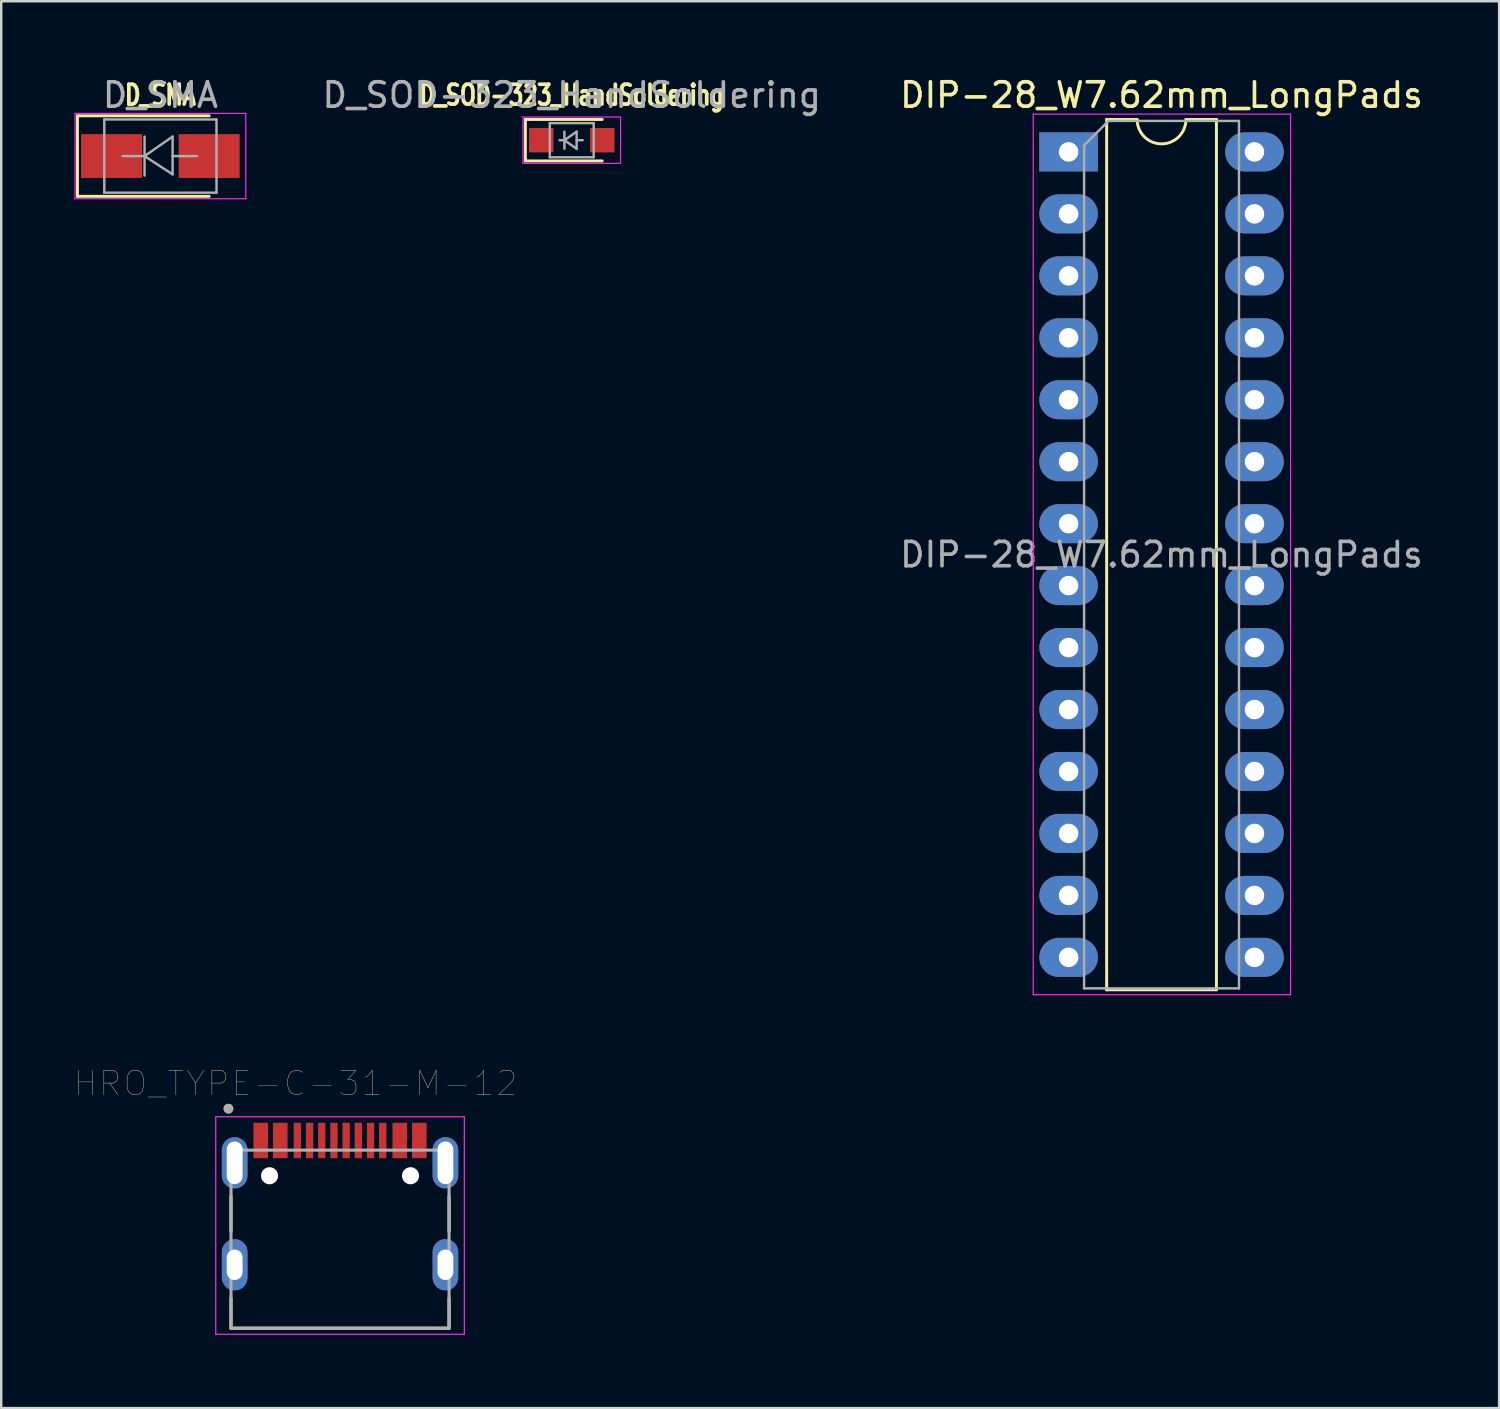
<source format=kicad_pcb>
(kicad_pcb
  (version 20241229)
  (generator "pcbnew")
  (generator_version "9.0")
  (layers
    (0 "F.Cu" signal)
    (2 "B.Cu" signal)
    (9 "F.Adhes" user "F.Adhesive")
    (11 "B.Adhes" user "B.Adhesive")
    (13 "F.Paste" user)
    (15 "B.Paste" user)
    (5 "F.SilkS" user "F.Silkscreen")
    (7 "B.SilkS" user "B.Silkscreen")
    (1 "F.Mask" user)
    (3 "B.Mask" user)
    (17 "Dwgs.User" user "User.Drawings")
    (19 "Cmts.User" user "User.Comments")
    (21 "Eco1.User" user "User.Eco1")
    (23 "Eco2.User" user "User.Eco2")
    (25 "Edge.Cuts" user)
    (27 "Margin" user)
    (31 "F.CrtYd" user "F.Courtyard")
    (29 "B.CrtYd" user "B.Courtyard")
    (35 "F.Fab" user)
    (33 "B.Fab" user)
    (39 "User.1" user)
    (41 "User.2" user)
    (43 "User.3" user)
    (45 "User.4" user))
  (footprint "HRO_TYPE-C-31-M-12"
    (layer "F.Cu")
    (at 10.89 48.8)
    (property "Reference" "HRO_TYPE-C-31-M-12" (at -1.825 -7.435 0) (layer "F.SilkS") (effects (font (size 1 1) (thickness 0.015))))
    (attr through_hole)
    (fp_line (start -4.47 -2.81) (end -4.47 -1.37) (stroke (width 0.127) (type solid)) (layer "F.SilkS"))
    (fp_line (start -4.47 2.6) (end -4.47 1.37) (stroke (width 0.127) (type solid)) (layer "F.SilkS"))
    (fp_line (start 4.47 -2.81) (end 4.47 -1.37) (stroke (width 0.127) (type solid)) (layer "F.SilkS"))
    (fp_line (start 4.47 1.37) (end 4.47 2.6) (stroke (width 0.127) (type solid)) (layer "F.SilkS"))
    (fp_line (start 4.47 2.6) (end -4.47 2.6) (stroke (width 0.127) (type solid)) (layer "F.SilkS"))
    (fp_circle (center -4.575 -6.4) (end -4.475 -6.4) (stroke (width 0.2) (type solid)) (fill no) (layer "F.SilkS"))
    (fp_line (start -5.095 -6.07) (end -5.095 2.85) (stroke (width 0.05) (type solid)) (layer "F.CrtYd"))
    (fp_line (start -5.095 2.85) (end 5.095 2.85) (stroke (width 0.05) (type solid)) (layer "F.CrtYd"))
    (fp_line (start 5.095 -6.07) (end -5.095 -6.07) (stroke (width 0.05) (type solid)) (layer "F.CrtYd"))
    (fp_line (start 5.095 2.85) (end 5.095 -6.07) (stroke (width 0.05) (type solid)) (layer "F.CrtYd"))
    (fp_line (start -4.47 -4.7) (end -4.47 2.6) (stroke (width 0.127) (type solid)) (layer "F.Fab"))
    (fp_line (start -4.47 2.6) (end 4.47 2.6) (stroke (width 0.127) (type solid)) (layer "F.Fab"))
    (fp_line (start 4.47 -4.7) (end -4.47 -4.7) (stroke (width 0.127) (type solid)) (layer "F.Fab"))
    (fp_line (start 4.47 2.6) (end 4.47 -4.7) (stroke (width 0.127) (type solid)) (layer "F.Fab"))
    (fp_circle (center -4.575 -6.4) (end -4.475 -6.4) (stroke (width 0.2) (type solid)) (fill no) (layer "F.Fab"))
    (pad "" np_thru_hole circle (at -2.89 -3.65) (size 0.7 0.7) (drill 0.7) (layers "*.Cu" "*.Mask"))
    (pad "" np_thru_hole circle (at 2.89 -3.65) (size 0.7 0.7) (drill 0.7) (layers "*.Cu" "*.Mask"))
    (pad "A1B12" smd rect (at -3.25 -5.095) (size 0.6 1.45) (layers "F.Cu" "F.Mask" "F.Paste"))
    (pad "A4B9" smd rect (at -2.45 -5.095) (size 0.6 1.45) (layers "F.Cu" "F.Mask" "F.Paste"))
    (pad "A5" smd rect (at -1.25 -5.095) (size 0.3 1.45) (layers "F.Cu" "F.Mask" "F.Paste"))
    (pad "A6" smd rect (at -0.25 -5.095) (size 0.3 1.45) (layers "F.Cu" "F.Mask" "F.Paste"))
    (pad "A7" smd rect (at 0.25 -5.095) (size 0.3 1.45) (layers "F.Cu" "F.Mask" "F.Paste"))
    (pad "A8" smd rect (at 1.25 -5.095) (size 0.3 1.45) (layers "F.Cu" "F.Mask" "F.Paste"))
    (pad "B1A12" smd rect (at 3.25 -5.095) (size 0.6 1.45) (layers "F.Cu" "F.Mask" "F.Paste"))
    (pad "B4A9" smd rect (at 2.45 -5.095) (size 0.6 1.45) (layers "F.Cu" "F.Mask" "F.Paste"))
    (pad "B5" smd rect (at 1.75 -5.095) (size 0.3 1.45) (layers "F.Cu" "F.Mask" "F.Paste"))
    (pad "B6" smd rect (at 0.75 -5.095) (size 0.3 1.45) (layers "F.Cu" "F.Mask" "F.Paste"))
    (pad "B7" smd rect (at -0.75 -5.095) (size 0.3 1.45) (layers "F.Cu" "F.Mask" "F.Paste"))
    (pad "B8" smd rect (at -1.75 -5.095) (size 0.3 1.45) (layers "F.Cu" "F.Mask" "F.Paste"))
    (pad "S1" thru_hole oval (at -4.32 -4.18) (size 1.05 2.1) (drill oval 0.65 1.75) (layers "*.Cu" "*.Mask"))
    (pad "S2" thru_hole oval (at 4.32 -4.18) (size 1.05 2.1) (drill oval 0.65 1.75) (layers "*.Cu" "*.Mask"))
    (pad "S3" thru_hole oval (at -4.32 0) (size 1.05 2.1) (drill oval 0.65 1.25) (layers "*.Cu" "*.Mask"))
    (pad "S4" thru_hole oval (at 4.32 0) (size 1.05 2.1) (drill oval 0.65 1.25) (layers "*.Cu" "*.Mask")))
  (footprint "D_SMA"
    (layer "F.Cu")
    (at 3.525 3.348)
    (property "Reference" "D_SMA" (at 0 -2.5 0) (layer "F.SilkS") (effects (font (size 0.813 0.61) (thickness 0.152))))
    (attr smd)
    (fp_line (start -3.4 -1.65) (end -3.4 1.65) (stroke (width 0.12) (type solid)) (layer "F.SilkS"))
    (fp_line (start -3.4 -1.65) (end 2 -1.65) (stroke (width 0.12) (type solid)) (layer "F.SilkS"))
    (fp_line (start -3.4 1.65) (end 2 1.65) (stroke (width 0.12) (type solid)) (layer "F.SilkS"))
    (fp_line (start -3.5 -1.75) (end 3.5 -1.75) (stroke (width 0.05) (type solid)) (layer "F.CrtYd"))
    (fp_line (start -3.5 1.75) (end -3.5 -1.75) (stroke (width 0.05) (type solid)) (layer "F.CrtYd"))
    (fp_line (start 3.5 -1.75) (end 3.5 1.75) (stroke (width 0.05) (type solid)) (layer "F.CrtYd"))
    (fp_line (start 3.5 1.75) (end -3.5 1.75) (stroke (width 0.05) (type solid)) (layer "F.CrtYd"))
    (fp_line (start -2.3 1.5) (end -2.3 -1.5) (stroke (width 0.1) (type solid)) (layer "F.Fab"))
    (fp_line (start -0.649 -0.799) (end -0.649 0.801) (stroke (width 0.1) (type solid)) (layer "F.Fab"))
    (fp_line (start -0.649 0.001) (end -1.551 0.001) (stroke (width 0.1) (type solid)) (layer "F.Fab"))
    (fp_line (start -0.649 0.001) (end 0.501 -0.799) (stroke (width 0.1) (type solid)) (layer "F.Fab"))
    (fp_line (start -0.649 0.001) (end 0.501 0.75) (stroke (width 0.1) (type solid)) (layer "F.Fab"))
    (fp_line (start 0.501 0.001) (end 1.499 0.001) (stroke (width 0.1) (type solid)) (layer "F.Fab"))
    (fp_line (start 0.501 0.75) (end 0.501 -0.799) (stroke (width 0.1) (type solid)) (layer "F.Fab"))
    (fp_line (start 2.3 -1.5) (end -2.3 -1.5) (stroke (width 0.1) (type solid)) (layer "F.Fab"))
    (fp_line (start 2.3 -1.5) (end 2.3 1.5) (stroke (width 0.1) (type solid)) (layer "F.Fab"))
    (fp_line (start 2.3 1.5) (end -2.3 1.5) (stroke (width 0.1) (type solid)) (layer "F.Fab"))
    (fp_text user "${REFERENCE}" (at 0 -2.5 0) (layer "F.Fab") (effects (font (size 1 1) (thickness 0.15))))
    (pad "1" smd rect (at -2 0) (size 2.5 1.8) (layers "F.Cu" "F.Mask" "F.Paste"))
    (pad "2" smd rect (at 2 0) (size 2.5 1.8) (layers "F.Cu" "F.Mask" "F.Paste")))
  (footprint "DIP-28_W7.62mm_LongPads"
    (layer "F.Cu")
    (at 40.758 3.178)
    (property "Reference" "DIP-28_W7.62mm_LongPads" (at 3.81 -2.33 0) (layer "F.SilkS") (effects (font (size 1 1) (thickness 0.15))))
    (attr through_hole)
    (fp_line (start 1.56 -1.33) (end 1.56 34.35) (stroke (width 0.12) (type solid)) (layer "F.SilkS"))
    (fp_line (start 1.56 34.35) (end 6.06 34.35) (stroke (width 0.12) (type solid)) (layer "F.SilkS"))
    (fp_line (start 2.81 -1.33) (end 1.56 -1.33) (stroke (width 0.12) (type solid)) (layer "F.SilkS"))
    (fp_line (start 6.06 -1.33) (end 4.81 -1.33) (stroke (width 0.12) (type solid)) (layer "F.SilkS"))
    (fp_line (start 6.06 34.35) (end 6.06 -1.33) (stroke (width 0.12) (type solid)) (layer "F.SilkS"))
    (fp_arc (start 4.81 -1.33) (mid 3.81 -0.33) (end 2.81 -1.33) (stroke (width 0.12) (type solid)) (layer "F.SilkS"))
    (fp_line (start -1.45 -1.55) (end -1.45 34.55) (stroke (width 0.05) (type solid)) (layer "F.CrtYd"))
    (fp_line (start -1.45 34.55) (end 9.1 34.55) (stroke (width 0.05) (type solid)) (layer "F.CrtYd"))
    (fp_line (start 9.1 -1.55) (end -1.45 -1.55) (stroke (width 0.05) (type solid)) (layer "F.CrtYd"))
    (fp_line (start 9.1 34.55) (end 9.1 -1.55) (stroke (width 0.05) (type solid)) (layer "F.CrtYd"))
    (fp_line (start 0.635 -0.27) (end 1.635 -1.27) (stroke (width 0.1) (type solid)) (layer "F.Fab"))
    (fp_line (start 0.635 34.29) (end 0.635 -0.27) (stroke (width 0.1) (type solid)) (layer "F.Fab"))
    (fp_line (start 1.635 -1.27) (end 6.985 -1.27) (stroke (width 0.1) (type solid)) (layer "F.Fab"))
    (fp_line (start 6.985 -1.27) (end 6.985 34.29) (stroke (width 0.1) (type solid)) (layer "F.Fab"))
    (fp_line (start 6.985 34.29) (end 0.635 34.29) (stroke (width 0.1) (type solid)) (layer "F.Fab"))
    (fp_text user "${REFERENCE}" (at 3.81 16.51 0) (layer "F.Fab") (effects (font (size 1 1) (thickness 0.15))))
    (pad "1" thru_hole rect (at 0 0) (size 2.4 1.6) (drill 0.8) (layers "*.Cu" "*.Mask"))
    (pad "2" thru_hole oval (at 0 2.54) (size 2.4 1.6) (drill 0.8) (layers "*.Cu" "*.Mask"))
    (pad "3" thru_hole oval (at 0 5.08) (size 2.4 1.6) (drill 0.8) (layers "*.Cu" "*.Mask"))
    (pad "4" thru_hole oval (at 0 7.62) (size 2.4 1.6) (drill 0.8) (layers "*.Cu" "*.Mask"))
    (pad "5" thru_hole oval (at 0 10.16) (size 2.4 1.6) (drill 0.8) (layers "*.Cu" "*.Mask"))
    (pad "6" thru_hole oval (at 0 12.7) (size 2.4 1.6) (drill 0.8) (layers "*.Cu" "*.Mask"))
    (pad "7" thru_hole oval (at 0 15.24) (size 2.4 1.6) (drill 0.8) (layers "*.Cu" "*.Mask"))
    (pad "8" thru_hole oval (at 0 17.78) (size 2.4 1.6) (drill 0.8) (layers "*.Cu" "*.Mask"))
    (pad "9" thru_hole oval (at 0 20.32) (size 2.4 1.6) (drill 0.8) (layers "*.Cu" "*.Mask"))
    (pad "10" thru_hole oval (at 0 22.86) (size 2.4 1.6) (drill 0.8) (layers "*.Cu" "*.Mask"))
    (pad "11" thru_hole oval (at 0 25.4) (size 2.4 1.6) (drill 0.8) (layers "*.Cu" "*.Mask"))
    (pad "12" thru_hole oval (at 0 27.94) (size 2.4 1.6) (drill 0.8) (layers "*.Cu" "*.Mask"))
    (pad "13" thru_hole oval (at 0 30.48) (size 2.4 1.6) (drill 0.8) (layers "*.Cu" "*.Mask"))
    (pad "14" thru_hole oval (at 0 33.02) (size 2.4 1.6) (drill 0.8) (layers "*.Cu" "*.Mask"))
    (pad "15" thru_hole oval (at 7.62 33.02) (size 2.4 1.6) (drill 0.8) (layers "*.Cu" "*.Mask"))
    (pad "16" thru_hole oval (at 7.62 30.48) (size 2.4 1.6) (drill 0.8) (layers "*.Cu" "*.Mask"))
    (pad "17" thru_hole oval (at 7.62 27.94) (size 2.4 1.6) (drill 0.8) (layers "*.Cu" "*.Mask"))
    (pad "18" thru_hole oval (at 7.62 25.4) (size 2.4 1.6) (drill 0.8) (layers "*.Cu" "*.Mask"))
    (pad "19" thru_hole oval (at 7.62 22.86) (size 2.4 1.6) (drill 0.8) (layers "*.Cu" "*.Mask"))
    (pad "20" thru_hole oval (at 7.62 20.32) (size 2.4 1.6) (drill 0.8) (layers "*.Cu" "*.Mask"))
    (pad "21" thru_hole oval (at 7.62 17.78) (size 2.4 1.6) (drill 0.8) (layers "*.Cu" "*.Mask"))
    (pad "22" thru_hole oval (at 7.62 15.24) (size 2.4 1.6) (drill 0.8) (layers "*.Cu" "*.Mask"))
    (pad "23" thru_hole oval (at 7.62 12.7) (size 2.4 1.6) (drill 0.8) (layers "*.Cu" "*.Mask"))
    (pad "24" thru_hole oval (at 7.62 10.16) (size 2.4 1.6) (drill 0.8) (layers "*.Cu" "*.Mask"))
    (pad "25" thru_hole oval (at 7.62 7.62) (size 2.4 1.6) (drill 0.8) (layers "*.Cu" "*.Mask"))
    (pad "26" thru_hole oval (at 7.62 5.08) (size 2.4 1.6) (drill 0.8) (layers "*.Cu" "*.Mask"))
    (pad "27" thru_hole oval (at 7.62 2.54) (size 2.4 1.6) (drill 0.8) (layers "*.Cu" "*.Mask"))
    (pad "28" thru_hole oval (at 7.62 0) (size 2.4 1.6) (drill 0.8) (layers "*.Cu" "*.Mask")))
  (footprint "D_SOD-323_HandSoldering"
    (layer "F.Cu")
    (at 20.389 2.698)
    (property "Reference" "D_SOD-323_HandSoldering" (at 0 -1.85 0) (layer "F.SilkS") (effects (font (size 0.813 0.61) (thickness 0.152))))
    (attr smd)
    (fp_line (start -1.9 -0.85) (end -1.9 0.85) (stroke (width 0.12) (type solid)) (layer "F.SilkS"))
    (fp_line (start -1.9 -0.85) (end 1.25 -0.85) (stroke (width 0.12) (type solid)) (layer "F.SilkS"))
    (fp_line (start -1.9 0.85) (end 1.25 0.85) (stroke (width 0.12) (type solid)) (layer "F.SilkS"))
    (fp_line (start -2 -0.95) (end -2 0.95) (stroke (width 0.05) (type solid)) (layer "F.CrtYd"))
    (fp_line (start -2 -0.95) (end 2 -0.95) (stroke (width 0.05) (type solid)) (layer "F.CrtYd"))
    (fp_line (start -2 0.95) (end 2 0.95) (stroke (width 0.05) (type solid)) (layer "F.CrtYd"))
    (fp_line (start 2 -0.95) (end 2 0.95) (stroke (width 0.05) (type solid)) (layer "F.CrtYd"))
    (fp_line (start -0.9 -0.7) (end 0.9 -0.7) (stroke (width 0.1) (type solid)) (layer "F.Fab"))
    (fp_line (start -0.9 0.7) (end -0.9 -0.7) (stroke (width 0.1) (type solid)) (layer "F.Fab"))
    (fp_line (start -0.3 -0.35) (end -0.3 0.35) (stroke (width 0.1) (type solid)) (layer "F.Fab"))
    (fp_line (start -0.3 0) (end -0.5 0) (stroke (width 0.1) (type solid)) (layer "F.Fab"))
    (fp_line (start -0.3 0) (end 0.2 -0.35) (stroke (width 0.1) (type solid)) (layer "F.Fab"))
    (fp_line (start 0.2 -0.35) (end 0.2 0.35) (stroke (width 0.1) (type solid)) (layer "F.Fab"))
    (fp_line (start 0.2 0) (end 0.45 0) (stroke (width 0.1) (type solid)) (layer "F.Fab"))
    (fp_line (start 0.2 0.35) (end -0.3 0) (stroke (width 0.1) (type solid)) (layer "F.Fab"))
    (fp_line (start 0.9 -0.7) (end 0.9 0.7) (stroke (width 0.1) (type solid)) (layer "F.Fab"))
    (fp_line (start 0.9 0.7) (end -0.9 0.7) (stroke (width 0.1) (type solid)) (layer "F.Fab"))
    (fp_text user "${REFERENCE}" (at 0 -1.85 0) (layer "F.Fab") (effects (font (size 1 1) (thickness 0.15))))
    (pad "1" smd rect (at -1.25 0) (size 1 1) (layers "F.Cu" "F.Mask" "F.Paste"))
    (pad "2" smd rect (at 1.25 0) (size 1 1) (layers "F.Cu" "F.Mask" "F.Paste")))
  (gr_rect
    (start -3 -3)
    (end 58.407 54.675)
    (stroke (width 0.1) (type default))
    (fill no)
    (layer "Edge.Cuts")))
</source>
